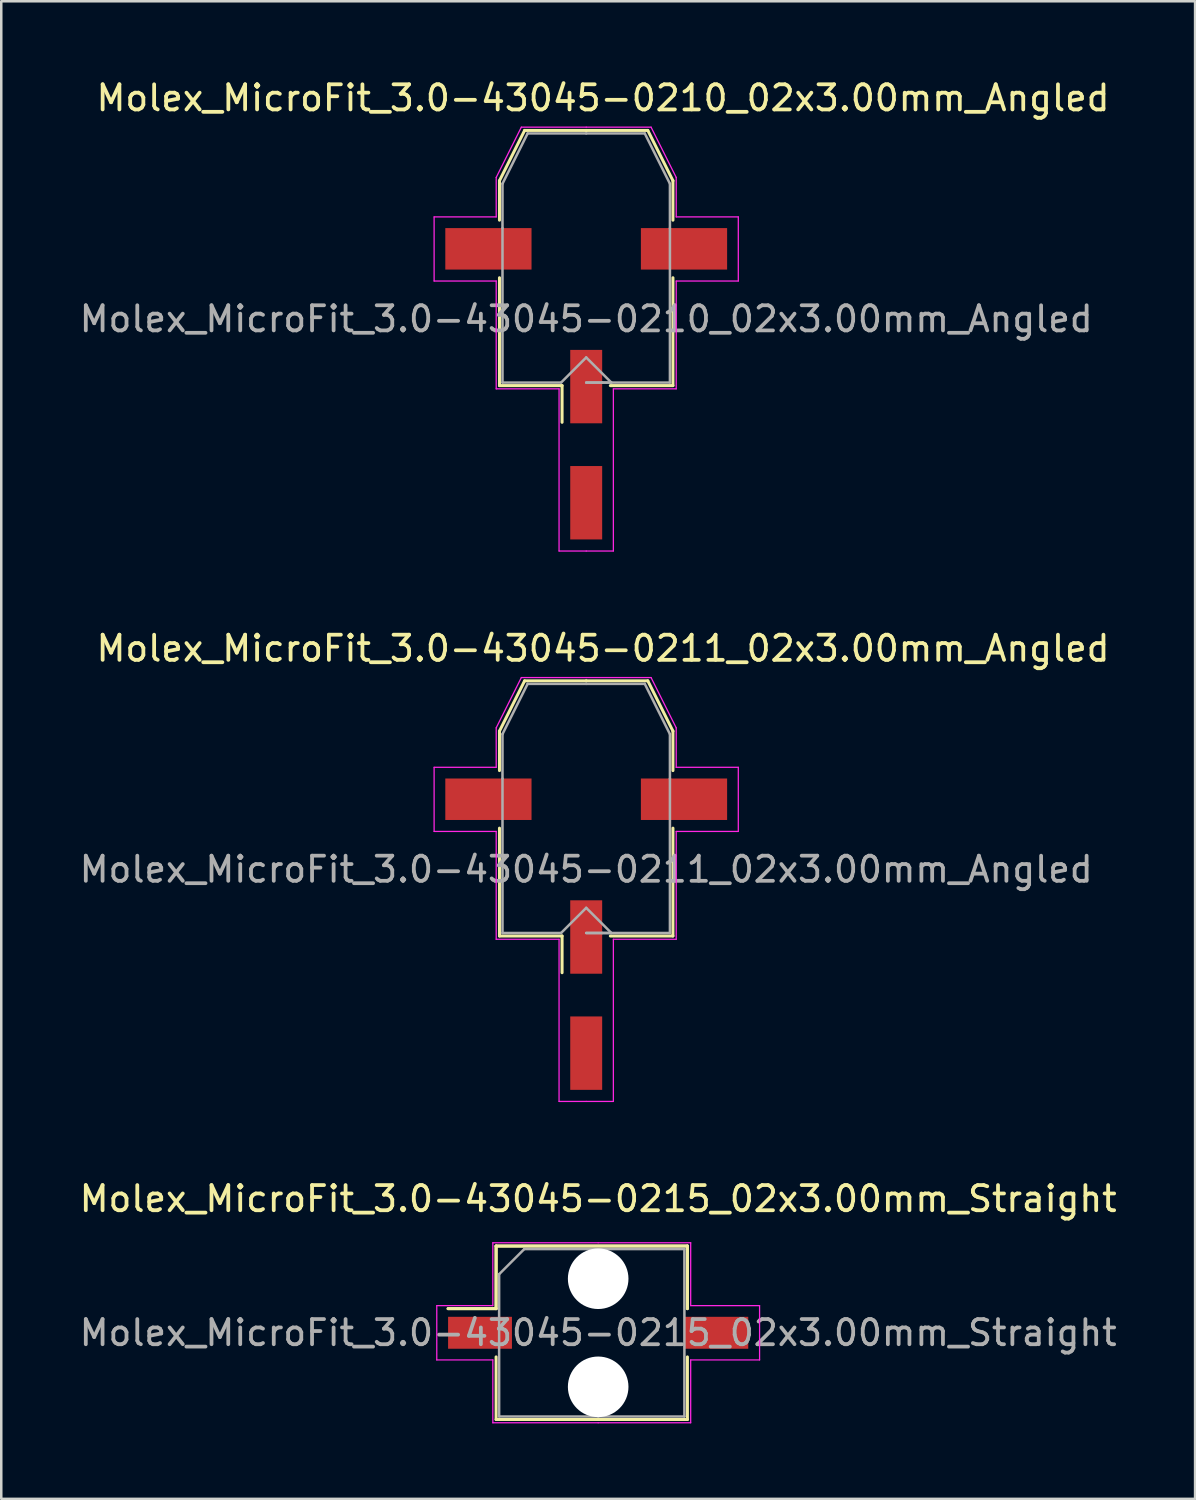
<source format=kicad_pcb>
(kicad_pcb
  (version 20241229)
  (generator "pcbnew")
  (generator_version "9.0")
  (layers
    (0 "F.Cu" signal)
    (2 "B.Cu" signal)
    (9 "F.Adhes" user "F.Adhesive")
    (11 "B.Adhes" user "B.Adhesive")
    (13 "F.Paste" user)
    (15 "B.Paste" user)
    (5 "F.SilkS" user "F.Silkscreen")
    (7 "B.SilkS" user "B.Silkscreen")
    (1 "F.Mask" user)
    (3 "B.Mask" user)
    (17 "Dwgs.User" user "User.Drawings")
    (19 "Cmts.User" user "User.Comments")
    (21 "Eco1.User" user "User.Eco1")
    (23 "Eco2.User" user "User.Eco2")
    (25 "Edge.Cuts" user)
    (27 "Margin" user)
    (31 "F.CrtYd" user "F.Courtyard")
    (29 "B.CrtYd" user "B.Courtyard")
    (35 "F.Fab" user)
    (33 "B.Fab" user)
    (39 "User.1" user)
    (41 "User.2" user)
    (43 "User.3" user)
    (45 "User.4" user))
  (footprint "Molex_MicroFit_3.0-43045-0215_02x3.00mm_Straight"
    (layer "F.Cu")
    (at 20.744 49.965)
    (property "Reference" "Molex_MicroFit_3.0-43045-0215_02x3.00mm_Straight" (at 0 -5.33 0) (layer "F.SilkS") (effects (font (size 1 1) (thickness 0.15))))
    (attr smd)
    (fp_line (start -5.97 -0.96) (end -4.06 -0.96) (stroke (width 0.12) (type solid)) (layer "F.SilkS"))
    (fp_line (start -5.97 -0.96) (end -4.06 -0.96) (stroke (width 0.12) (type solid)) (layer "F.SilkS"))
    (fp_line (start -4.06 -3.45) (end 3.55 -3.45) (stroke (width 0.12) (type solid)) (layer "F.SilkS"))
    (fp_line (start -4.06 -3.45) (end 3.55 -3.45) (stroke (width 0.12) (type solid)) (layer "F.SilkS"))
    (fp_line (start -4.06 -0.96) (end -4.06 -3.45) (stroke (width 0.12) (type solid)) (layer "F.SilkS"))
    (fp_line (start -4.06 -0.96) (end -4.06 -3.45) (stroke (width 0.12) (type solid)) (layer "F.SilkS"))
    (fp_line (start -4.06 3.45) (end -4.06 0.96) (stroke (width 0.12) (type solid)) (layer "F.SilkS"))
    (fp_line (start 3.55 -3.45) (end 3.55 -0.96) (stroke (width 0.12) (type solid)) (layer "F.SilkS"))
    (fp_line (start 3.55 -3.45) (end 3.55 -0.96) (stroke (width 0.12) (type solid)) (layer "F.SilkS"))
    (fp_line (start 3.55 0.96) (end 3.55 3.45) (stroke (width 0.12) (type solid)) (layer "F.SilkS"))
    (fp_line (start 3.55 3.45) (end -4.06 3.45) (stroke (width 0.12) (type solid)) (layer "F.SilkS"))
    (fp_line (start -6.42 -1.08) (end -4.19 -1.08) (stroke (width 0.05) (type solid)) (layer "F.CrtYd"))
    (fp_line (start -6.42 1.08) (end -6.42 -1.08) (stroke (width 0.05) (type solid)) (layer "F.CrtYd"))
    (fp_line (start -4.19 -3.58) (end 0 -3.58) (stroke (width 0.05) (type solid)) (layer "F.CrtYd"))
    (fp_line (start -4.19 -1.08) (end -4.19 -3.58) (stroke (width 0.05) (type solid)) (layer "F.CrtYd"))
    (fp_line (start -4.19 1.08) (end -6.42 1.08) (stroke (width 0.05) (type solid)) (layer "F.CrtYd"))
    (fp_line (start -4.19 3.58) (end -4.19 1.08) (stroke (width 0.05) (type solid)) (layer "F.CrtYd"))
    (fp_line (start 0 -3.58) (end 3.68 -3.58) (stroke (width 0.05) (type solid)) (layer "F.CrtYd"))
    (fp_line (start 0 3.58) (end -4.19 3.58) (stroke (width 0.05) (type solid)) (layer "F.CrtYd"))
    (fp_line (start 3.68 -3.58) (end 3.68 -1.08) (stroke (width 0.05) (type solid)) (layer "F.CrtYd"))
    (fp_line (start 3.68 -1.08) (end 6.42 -1.08) (stroke (width 0.05) (type solid)) (layer "F.CrtYd"))
    (fp_line (start 3.68 1.08) (end 3.68 3.58) (stroke (width 0.05) (type solid)) (layer "F.CrtYd"))
    (fp_line (start 3.68 3.58) (end 0 3.58) (stroke (width 0.05) (type solid)) (layer "F.CrtYd"))
    (fp_line (start 6.42 -1.08) (end 6.42 1.08) (stroke (width 0.05) (type solid)) (layer "F.CrtYd"))
    (fp_line (start 6.42 1.08) (end 3.68 1.08) (stroke (width 0.05) (type solid)) (layer "F.CrtYd"))
    (fp_line (start -3.94 -2.33) (end -2.94 -3.33) (stroke (width 0.1) (type solid)) (layer "F.Fab"))
    (fp_line (start -3.94 3.33) (end -3.94 -2.33) (stroke (width 0.1) (type solid)) (layer "F.Fab"))
    (fp_line (start -2.94 -3.33) (end 0 -3.33) (stroke (width 0.1) (type solid)) (layer "F.Fab"))
    (fp_line (start 0 -3.33) (end 3.43 -3.33) (stroke (width 0.1) (type solid)) (layer "F.Fab"))
    (fp_line (start 0 3.33) (end -3.94 3.33) (stroke (width 0.1) (type solid)) (layer "F.Fab"))
    (fp_line (start 3.43 -3.33) (end 3.43 3.33) (stroke (width 0.1) (type solid)) (layer "F.Fab"))
    (fp_line (start 3.43 3.33) (end 0 3.33) (stroke (width 0.1) (type solid)) (layer "F.Fab"))
    (fp_text user "${REFERENCE}" (at 0 0 0) (layer "F.Fab") (effects (font (size 1 1) (thickness 0.15))))
    (pad "" np_thru_hole circle (at 0 -2.15) (size 2.41 2.41) (drill 2.41) (layers "*.Cu"))
    (pad "" np_thru_hole circle (at 0 2.15) (size 2.41 2.41) (drill 2.41) (layers "*.Cu"))
    (pad "1" smd rect (at -4.7 0) (size 2.54 1.27) (layers "F.Cu" "F.Mask" "F.Paste"))
    (pad "2" smd rect (at 4.7 0) (size 2.54 1.27) (layers "F.Cu" "F.Mask" "F.Paste")))
  (footprint "Molex_MicroFit_3.0-43045-0211_02x3.00mm_Angled"
    (layer "F.Cu")
    (at 20.268 36.532)
    (property "Reference" "Molex_MicroFit_3.0-43045-0211_02x3.00mm_Angled" (at 0.67 -13.79 0) (layer "F.SilkS") (effects (font (size 1 1) (thickness 0.15))))
    (attr smd)
    (fp_line (start -3.45 -10.5) (end -3.45 -8.93) (stroke (width 0.12) (type solid)) (layer "F.SilkS"))
    (fp_line (start -3.45 -6.64) (end -3.45 -2.35) (stroke (width 0.12) (type solid)) (layer "F.SilkS"))
    (fp_line (start -3.45 -2.35) (end -0.96 -2.35) (stroke (width 0.12) (type solid)) (layer "F.SilkS"))
    (fp_line (start -2.45 -12.5) (end -3.45 -10.5) (stroke (width 0.12) (type solid)) (layer "F.SilkS"))
    (fp_line (start -0.96 -2.35) (end -0.96 -0.89) (stroke (width 0.12) (type solid)) (layer "F.SilkS"))
    (fp_line (start 0 -12.5) (end -2.45 -12.5) (stroke (width 0.12) (type solid)) (layer "F.SilkS"))
    (fp_line (start 0 -12.5) (end 2.45 -12.5) (stroke (width 0.12) (type solid)) (layer "F.SilkS"))
    (fp_line (start 2.45 -12.5) (end 3.45 -10.5) (stroke (width 0.12) (type solid)) (layer "F.SilkS"))
    (fp_line (start 3.45 -10.5) (end 3.45 -8.93) (stroke (width 0.12) (type solid)) (layer "F.SilkS"))
    (fp_line (start 3.45 -6.64) (end 3.45 -2.35) (stroke (width 0.12) (type solid)) (layer "F.SilkS"))
    (fp_line (start 3.45 -2.35) (end 0.96 -2.35) (stroke (width 0.12) (type solid)) (layer "F.SilkS"))
    (fp_line (start -6.05 -9.06) (end -6.05 -6.51) (stroke (width 0.05) (type solid)) (layer "F.CrtYd"))
    (fp_line (start -6.05 -6.51) (end -3.58 -6.51) (stroke (width 0.05) (type solid)) (layer "F.CrtYd"))
    (fp_line (start -3.58 -10.63) (end -3.58 -9.06) (stroke (width 0.05) (type solid)) (layer "F.CrtYd"))
    (fp_line (start -3.58 -9.06) (end -6.05 -9.06) (stroke (width 0.05) (type solid)) (layer "F.CrtYd"))
    (fp_line (start -3.58 -6.51) (end -3.58 -2.22) (stroke (width 0.05) (type solid)) (layer "F.CrtYd"))
    (fp_line (start -3.58 -2.22) (end -1.08 -2.22) (stroke (width 0.05) (type solid)) (layer "F.CrtYd"))
    (fp_line (start -2.58 -12.63) (end -3.58 -10.63) (stroke (width 0.05) (type solid)) (layer "F.CrtYd"))
    (fp_line (start -1.08 -2.22) (end -1.08 4.23) (stroke (width 0.05) (type solid)) (layer "F.CrtYd"))
    (fp_line (start -1.08 4.23) (end 0 4.23) (stroke (width 0.05) (type solid)) (layer "F.CrtYd"))
    (fp_line (start 0 -12.63) (end -2.58 -12.63) (stroke (width 0.05) (type solid)) (layer "F.CrtYd"))
    (fp_line (start 0 -12.63) (end 2.58 -12.63) (stroke (width 0.05) (type solid)) (layer "F.CrtYd"))
    (fp_line (start 1.08 -2.22) (end 1.08 4.23) (stroke (width 0.05) (type solid)) (layer "F.CrtYd"))
    (fp_line (start 1.08 4.23) (end 0 4.23) (stroke (width 0.05) (type solid)) (layer "F.CrtYd"))
    (fp_line (start 2.58 -12.63) (end 3.58 -10.63) (stroke (width 0.05) (type solid)) (layer "F.CrtYd"))
    (fp_line (start 3.58 -10.63) (end 3.58 -9.06) (stroke (width 0.05) (type solid)) (layer "F.CrtYd"))
    (fp_line (start 3.58 -9.06) (end 6.05 -9.06) (stroke (width 0.05) (type solid)) (layer "F.CrtYd"))
    (fp_line (start 3.58 -6.51) (end 3.58 -2.22) (stroke (width 0.05) (type solid)) (layer "F.CrtYd"))
    (fp_line (start 3.58 -2.22) (end 1.08 -2.22) (stroke (width 0.05) (type solid)) (layer "F.CrtYd"))
    (fp_line (start 6.05 -9.06) (end 6.05 -6.51) (stroke (width 0.05) (type solid)) (layer "F.CrtYd"))
    (fp_line (start 6.05 -6.51) (end 3.58 -6.51) (stroke (width 0.05) (type solid)) (layer "F.CrtYd"))
    (fp_line (start -3.33 -10.38) (end -3.33 -8.61) (stroke (width 0.1) (type solid)) (layer "F.Fab"))
    (fp_line (start -3.33 -8.61) (end -3.33 -2.47) (stroke (width 0.1) (type solid)) (layer "F.Fab"))
    (fp_line (start -3.33 -2.47) (end -1 -2.47) (stroke (width 0.1) (type solid)) (layer "F.Fab"))
    (fp_line (start -2.33 -12.38) (end -3.33 -10.38) (stroke (width 0.1) (type solid)) (layer "F.Fab"))
    (fp_line (start -1 -2.47) (end 0 -3.47) (stroke (width 0.1) (type solid)) (layer "F.Fab"))
    (fp_line (start 0 -12.38) (end -2.33 -12.38) (stroke (width 0.1) (type solid)) (layer "F.Fab"))
    (fp_line (start 0 -12.38) (end 2.33 -12.38) (stroke (width 0.1) (type solid)) (layer "F.Fab"))
    (fp_line (start 0 -3.47) (end 1 -2.47) (stroke (width 0.1) (type solid)) (layer "F.Fab"))
    (fp_line (start 0.64 -2.47) (end 0 -2.47) (stroke (width 0.1) (type solid)) (layer "F.Fab"))
    (fp_line (start 1 -2.47) (end 0 -2.47) (stroke (width 0.1) (type solid)) (layer "F.Fab"))
    (fp_line (start 2.33 -12.38) (end 3.33 -10.38) (stroke (width 0.1) (type solid)) (layer "F.Fab"))
    (fp_line (start 3.33 -10.38) (end 3.33 -8.61) (stroke (width 0.1) (type solid)) (layer "F.Fab"))
    (fp_line (start 3.33 -8.61) (end 3.33 -2.47) (stroke (width 0.1) (type solid)) (layer "F.Fab"))
    (fp_line (start 3.33 -2.47) (end 0.64 -2.47) (stroke (width 0.1) (type solid)) (layer "F.Fab"))
    (fp_text user "${REFERENCE}" (at 0 -5 0) (layer "F.Fab") (effects (font (size 1 1) (thickness 0.15))))
    (pad "" smd rect (at -3.89 -7.79) (size 3.43 1.65) (layers "F.Cu" "F.Mask" "F.Paste"))
    (pad "" smd rect (at 3.89 -7.79) (size 3.43 1.65) (layers "F.Cu" "F.Mask" "F.Paste"))
    (pad "1" smd rect (at 0 -2.31) (size 1.27 2.92) (layers "F.Cu" "F.Mask" "F.Paste"))
    (pad "2" smd rect (at 0 2.31) (size 1.27 2.92) (layers "F.Cu" "F.Mask" "F.Paste")))
  (footprint "Molex_MicroFit_3.0-43045-0210_02x3.00mm_Angled"
    (layer "F.Cu")
    (at 20.268 14.638)
    (property "Reference" "Molex_MicroFit_3.0-43045-0210_02x3.00mm_Angled" (at 0.67 -13.79 0) (layer "F.SilkS") (effects (font (size 1 1) (thickness 0.15))))
    (attr smd)
    (fp_line (start -3.45 -10.5) (end -3.45 -8.93) (stroke (width 0.12) (type solid)) (layer "F.SilkS"))
    (fp_line (start -3.45 -6.64) (end -3.45 -2.35) (stroke (width 0.12) (type solid)) (layer "F.SilkS"))
    (fp_line (start -3.45 -2.35) (end -0.96 -2.35) (stroke (width 0.12) (type solid)) (layer "F.SilkS"))
    (fp_line (start -2.45 -12.5) (end -3.45 -10.5) (stroke (width 0.12) (type solid)) (layer "F.SilkS"))
    (fp_line (start -0.96 -2.35) (end -0.96 -0.89) (stroke (width 0.12) (type solid)) (layer "F.SilkS"))
    (fp_line (start 0 -12.5) (end -2.45 -12.5) (stroke (width 0.12) (type solid)) (layer "F.SilkS"))
    (fp_line (start 0 -12.5) (end 2.45 -12.5) (stroke (width 0.12) (type solid)) (layer "F.SilkS"))
    (fp_line (start 2.45 -12.5) (end 3.45 -10.5) (stroke (width 0.12) (type solid)) (layer "F.SilkS"))
    (fp_line (start 3.45 -10.5) (end 3.45 -8.93) (stroke (width 0.12) (type solid)) (layer "F.SilkS"))
    (fp_line (start 3.45 -6.64) (end 3.45 -2.35) (stroke (width 0.12) (type solid)) (layer "F.SilkS"))
    (fp_line (start 3.45 -2.35) (end 0.96 -2.35) (stroke (width 0.12) (type solid)) (layer "F.SilkS"))
    (fp_line (start -6.05 -9.06) (end -6.05 -6.51) (stroke (width 0.05) (type solid)) (layer "F.CrtYd"))
    (fp_line (start -6.05 -6.51) (end -3.58 -6.51) (stroke (width 0.05) (type solid)) (layer "F.CrtYd"))
    (fp_line (start -3.58 -10.63) (end -3.58 -9.06) (stroke (width 0.05) (type solid)) (layer "F.CrtYd"))
    (fp_line (start -3.58 -9.06) (end -6.05 -9.06) (stroke (width 0.05) (type solid)) (layer "F.CrtYd"))
    (fp_line (start -3.58 -6.51) (end -3.58 -2.22) (stroke (width 0.05) (type solid)) (layer "F.CrtYd"))
    (fp_line (start -3.58 -2.22) (end -1.08 -2.22) (stroke (width 0.05) (type solid)) (layer "F.CrtYd"))
    (fp_line (start -2.58 -12.63) (end -3.58 -10.63) (stroke (width 0.05) (type solid)) (layer "F.CrtYd"))
    (fp_line (start -1.08 -2.22) (end -1.08 4.23) (stroke (width 0.05) (type solid)) (layer "F.CrtYd"))
    (fp_line (start -1.08 4.23) (end 0 4.23) (stroke (width 0.05) (type solid)) (layer "F.CrtYd"))
    (fp_line (start 0 -12.63) (end -2.58 -12.63) (stroke (width 0.05) (type solid)) (layer "F.CrtYd"))
    (fp_line (start 0 -12.63) (end 2.58 -12.63) (stroke (width 0.05) (type solid)) (layer "F.CrtYd"))
    (fp_line (start 1.08 -2.22) (end 1.08 4.23) (stroke (width 0.05) (type solid)) (layer "F.CrtYd"))
    (fp_line (start 1.08 4.23) (end 0 4.23) (stroke (width 0.05) (type solid)) (layer "F.CrtYd"))
    (fp_line (start 2.58 -12.63) (end 3.58 -10.63) (stroke (width 0.05) (type solid)) (layer "F.CrtYd"))
    (fp_line (start 3.58 -10.63) (end 3.58 -9.06) (stroke (width 0.05) (type solid)) (layer "F.CrtYd"))
    (fp_line (start 3.58 -9.06) (end 6.05 -9.06) (stroke (width 0.05) (type solid)) (layer "F.CrtYd"))
    (fp_line (start 3.58 -6.51) (end 3.58 -2.22) (stroke (width 0.05) (type solid)) (layer "F.CrtYd"))
    (fp_line (start 3.58 -2.22) (end 1.08 -2.22) (stroke (width 0.05) (type solid)) (layer "F.CrtYd"))
    (fp_line (start 6.05 -9.06) (end 6.05 -6.51) (stroke (width 0.05) (type solid)) (layer "F.CrtYd"))
    (fp_line (start 6.05 -6.51) (end 3.58 -6.51) (stroke (width 0.05) (type solid)) (layer "F.CrtYd"))
    (fp_line (start -3.33 -10.38) (end -3.33 -8.61) (stroke (width 0.1) (type solid)) (layer "F.Fab"))
    (fp_line (start -3.33 -8.61) (end -3.33 -2.47) (stroke (width 0.1) (type solid)) (layer "F.Fab"))
    (fp_line (start -3.33 -2.47) (end -1 -2.47) (stroke (width 0.1) (type solid)) (layer "F.Fab"))
    (fp_line (start -2.33 -12.38) (end -3.33 -10.38) (stroke (width 0.1) (type solid)) (layer "F.Fab"))
    (fp_line (start -1 -2.47) (end 0 -3.47) (stroke (width 0.1) (type solid)) (layer "F.Fab"))
    (fp_line (start 0 -12.38) (end -2.33 -12.38) (stroke (width 0.1) (type solid)) (layer "F.Fab"))
    (fp_line (start 0 -12.38) (end 2.33 -12.38) (stroke (width 0.1) (type solid)) (layer "F.Fab"))
    (fp_line (start 0 -3.47) (end 1 -2.47) (stroke (width 0.1) (type solid)) (layer "F.Fab"))
    (fp_line (start 0.64 -2.47) (end 0 -2.47) (stroke (width 0.1) (type solid)) (layer "F.Fab"))
    (fp_line (start 1 -2.47) (end 0 -2.47) (stroke (width 0.1) (type solid)) (layer "F.Fab"))
    (fp_line (start 2.33 -12.38) (end 3.33 -10.38) (stroke (width 0.1) (type solid)) (layer "F.Fab"))
    (fp_line (start 3.33 -10.38) (end 3.33 -8.61) (stroke (width 0.1) (type solid)) (layer "F.Fab"))
    (fp_line (start 3.33 -8.61) (end 3.33 -2.47) (stroke (width 0.1) (type solid)) (layer "F.Fab"))
    (fp_line (start 3.33 -2.47) (end 0.64 -2.47) (stroke (width 0.1) (type solid)) (layer "F.Fab"))
    (fp_text user "${REFERENCE}" (at 0 -5 0) (layer "F.Fab") (effects (font (size 1 1) (thickness 0.15))))
    (pad "" smd rect (at -3.89 -7.79) (size 3.43 1.65) (layers "F.Cu" "F.Mask" "F.Paste"))
    (pad "" smd rect (at 3.89 -7.79) (size 3.43 1.65) (layers "F.Cu" "F.Mask" "F.Paste"))
    (pad "1" smd rect (at 0 -2.31) (size 1.27 2.92) (layers "F.Cu" "F.Mask" "F.Paste"))
    (pad "2" smd rect (at 0 2.31) (size 1.27 2.92) (layers "F.Cu" "F.Mask" "F.Paste")))
  (gr_rect
    (start -3 -3)
    (end 44.488 56.57)
    (stroke (width 0.1) (type default))
    (fill no)
    (layer "Edge.Cuts")))
</source>
